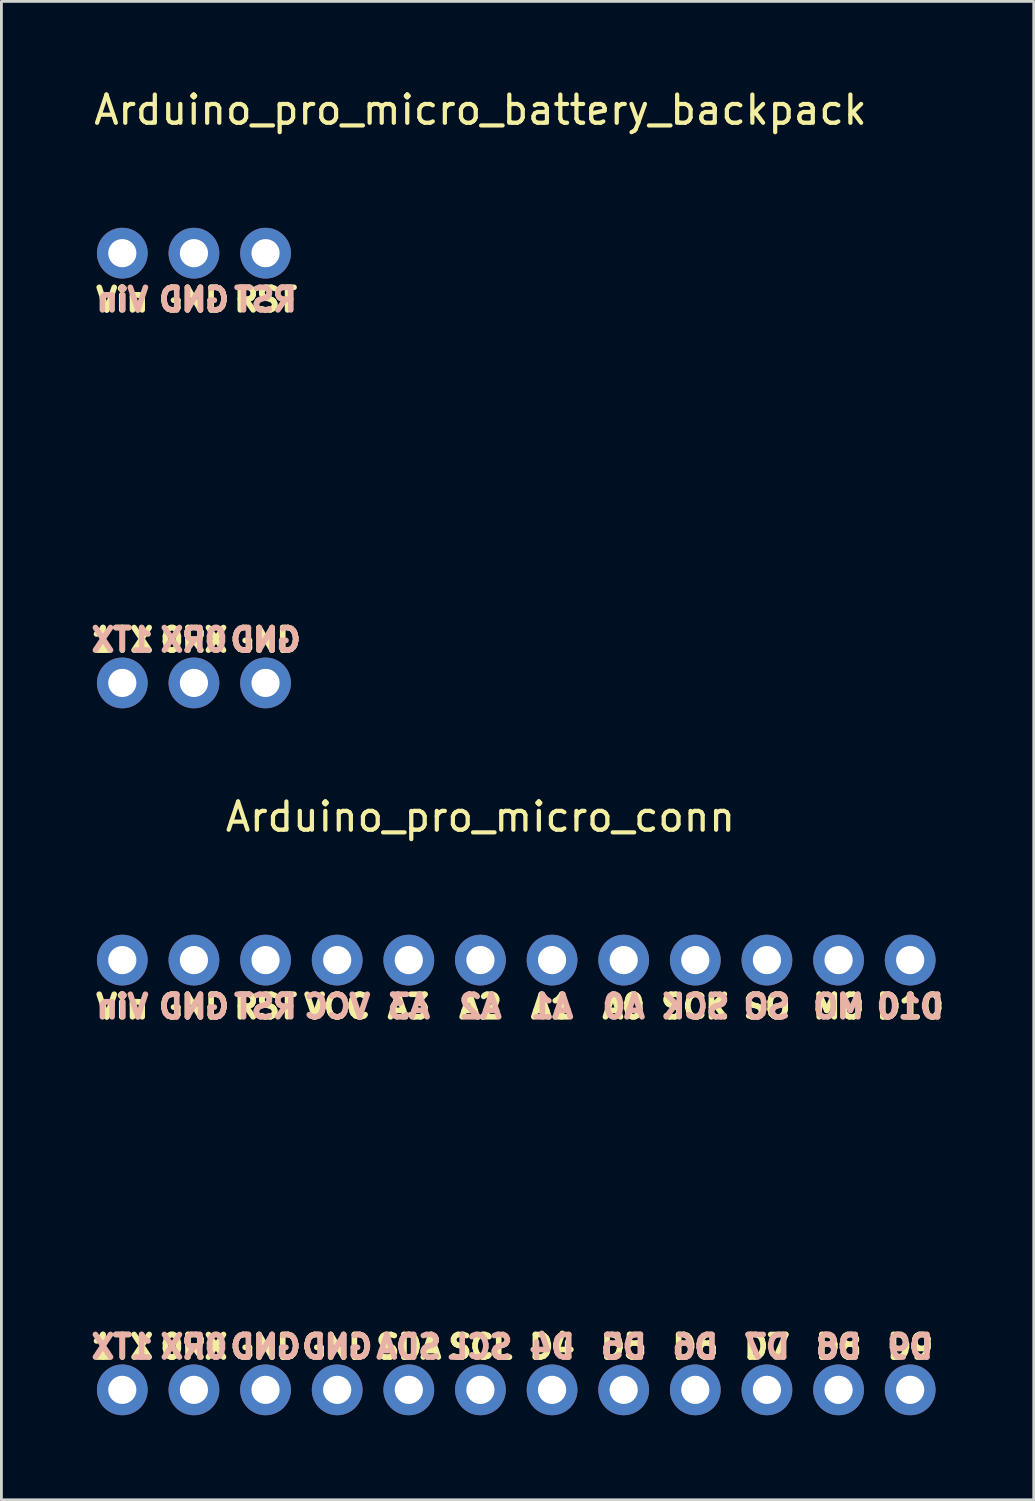
<source format=kicad_pcb>
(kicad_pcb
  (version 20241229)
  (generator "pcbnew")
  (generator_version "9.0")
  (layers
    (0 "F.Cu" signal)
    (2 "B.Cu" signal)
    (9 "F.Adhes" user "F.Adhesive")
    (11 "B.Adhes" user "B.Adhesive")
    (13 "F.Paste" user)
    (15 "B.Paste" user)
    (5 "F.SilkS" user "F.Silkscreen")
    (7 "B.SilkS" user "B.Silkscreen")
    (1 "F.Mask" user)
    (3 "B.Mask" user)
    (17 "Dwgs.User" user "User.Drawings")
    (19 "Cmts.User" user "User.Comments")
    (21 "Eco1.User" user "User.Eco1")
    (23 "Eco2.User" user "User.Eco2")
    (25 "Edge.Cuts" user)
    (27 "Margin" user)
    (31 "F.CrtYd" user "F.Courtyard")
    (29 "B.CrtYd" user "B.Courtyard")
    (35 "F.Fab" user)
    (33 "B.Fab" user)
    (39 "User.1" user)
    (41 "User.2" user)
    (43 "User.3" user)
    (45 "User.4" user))
  (footprint "Arduino_pro_micro_conn"
    (layer "F.Cu")
    (at 13.987 36.077)
    (property "Reference" "Arduino_pro_micro_conn" (at 0 -10.16 0) (layer "F.SilkS") (effects (font (size 1 1) (thickness 0.15))))
    (attr through_hole)
    (fp_text user "1TX" (at -12.7 8.636 0) (layer "F.SilkS") (effects (font (size 0.8 0.8) (thickness 0.2))))
    (fp_text user "D7" (at 10.16 8.636 0) (layer "F.SilkS") (effects (font (size 0.8 0.8) (thickness 0.2))))
    (fp_text user "SCK" (at 7.62 -3.429 0) (layer "F.SilkS") (effects (font (size 0.8 0.8) (thickness 0.2))))
    (fp_text user "A1" (at 2.54 -3.429 0) (layer "F.SilkS") (effects (font (size 0.8 0.8) (thickness 0.2))))
    (fp_text user "RST" (at -7.62 -3.429 0) (layer "F.SilkS") (effects (font (size 0.8 0.8) (thickness 0.2))))
    (fp_text user "SDA" (at -2.54 8.636 0) (layer "F.SilkS") (effects (font (size 0.8 0.8) (thickness 0.2))))
    (fp_text user "GND" (at -5.08 8.636 0) (layer "F.SilkS") (effects (font (size 0.8 0.8) (thickness 0.2))))
    (fp_text user "A0" (at 5.08 -3.429 0) (layer "F.SilkS") (effects (font (size 0.8 0.8) (thickness 0.2))))
    (fp_text user "A2" (at 0 -3.429 0) (layer "F.SilkS") (effects (font (size 0.8 0.8) (thickness 0.2))))
    (fp_text user "VCC" (at -5.08 -3.429 0) (layer "F.SilkS") (effects (font (size 0.8 0.8) (thickness 0.2))))
    (fp_text user "D10" (at 15.24 -3.429 0) (layer "F.SilkS") (effects (font (size 0.8 0.8) (thickness 0.2))))
    (fp_text user "SO" (at 10.16 -3.429 0) (layer "F.SilkS") (effects (font (size 0.8 0.8) (thickness 0.2))))
    (fp_text user "D6" (at 7.62 8.636 0) (layer "F.SilkS") (effects (font (size 0.8 0.8) (thickness 0.2))))
    (fp_text user "D8" (at 12.7 8.636 0) (layer "F.SilkS") (effects (font (size 0.8 0.8) (thickness 0.2))))
    (fp_text user "A3" (at -2.54 -3.429 0) (layer "F.SilkS") (effects (font (size 0.8 0.8) (thickness 0.2))))
    (fp_text user "GND" (at -10.16 -3.429 0) (layer "F.SilkS") (effects (font (size 0.8 0.8) (thickness 0.2))))
    (fp_text user "D4" (at 2.54 8.636 0) (layer "F.SilkS") (effects (font (size 0.8 0.8) (thickness 0.2))))
    (fp_text user "MO" (at 12.7 -3.429 0) (layer "F.SilkS") (effects (font (size 0.8 0.8) (thickness 0.2))))
    (fp_text user "D9" (at 15.24 8.636 0) (layer "F.SilkS") (effects (font (size 0.8 0.8) (thickness 0.2))))
    (fp_text user "SCL" (at 0 8.636 0) (layer "F.SilkS") (effects (font (size 0.8 0.8) (thickness 0.2))))
    (fp_text user "GND" (at -7.62 8.636 0) (layer "F.SilkS") (effects (font (size 0.8 0.8) (thickness 0.2))))
    (fp_text user "0RX" (at -10.16 8.636 0) (layer "F.SilkS") (effects (font (size 0.8 0.8) (thickness 0.2))))
    (fp_text user "D5" (at 5.08 8.636 0) (layer "F.SilkS") (effects (font (size 0.8 0.8) (thickness 0.2))))
    (fp_text user "Vin" (at -12.7 -3.429 0) (layer "F.SilkS") (effects (font (size 0.8 0.8) (thickness 0.2))))
    (fp_text user "VCC" (at -5.08 -3.429 0) (layer "B.SilkS") (effects (font (size 0.8 0.8) (thickness 0.2)) (justify mirror)))
    (fp_text user "A1" (at 2.54 -3.429 0) (layer "B.SilkS") (effects (font (size 0.8 0.8) (thickness 0.2)) (justify mirror)))
    (fp_text user "A0" (at 5.08 -3.429 0) (layer "B.SilkS") (effects (font (size 0.8 0.8) (thickness 0.2)) (justify mirror)))
    (fp_text user "SO" (at 10.16 -3.429 0) (layer "B.SilkS") (effects (font (size 0.8 0.8) (thickness 0.2)) (justify mirror)))
    (fp_text user "D8" (at 12.7 8.636 0) (layer "B.SilkS") (effects (font (size 0.8 0.8) (thickness 0.2)) (justify mirror)))
    (fp_text user "D7" (at 10.16 8.636 0) (layer "B.SilkS") (effects (font (size 0.8 0.8) (thickness 0.2)) (justify mirror)))
    (fp_text user "D6" (at 7.62 8.636 0) (layer "B.SilkS") (effects (font (size 0.8 0.8) (thickness 0.2)) (justify mirror)))
    (fp_text user "D5" (at 5.08 8.636 0) (layer "B.SilkS") (effects (font (size 0.8 0.8) (thickness 0.2)) (justify mirror)))
    (fp_text user "SCK" (at 7.62 -3.429 0) (layer "B.SilkS") (effects (font (size 0.8 0.8) (thickness 0.2)) (justify mirror)))
    (fp_text user "GND" (at -7.62 8.636 0) (layer "B.SilkS") (effects (font (size 0.8 0.8) (thickness 0.2)) (justify mirror)))
    (fp_text user "D10" (at 15.24 -3.429 0) (layer "B.SilkS") (effects (font (size 0.8 0.8) (thickness 0.2)) (justify mirror)))
    (fp_text user "D4" (at 2.54 8.636 0) (layer "B.SilkS") (effects (font (size 0.8 0.8) (thickness 0.2)) (justify mirror)))
    (fp_text user "0RX" (at -10.16 8.636 0) (layer "B.SilkS") (effects (font (size 0.8 0.8) (thickness 0.2)) (justify mirror)))
    (fp_text user "SDA" (at -2.54 8.636 0) (layer "B.SilkS") (effects (font (size 0.8 0.8) (thickness 0.2)) (justify mirror)))
    (fp_text user "Vin" (at -12.7 -3.429 0) (layer "B.SilkS") (effects (font (size 0.8 0.8) (thickness 0.2)) (justify mirror)))
    (fp_text user "D9" (at 15.24 8.636 0) (layer "B.SilkS") (effects (font (size 0.8 0.8) (thickness 0.2)) (justify mirror)))
    (fp_text user "A3" (at -2.54 -3.429 0) (layer "B.SilkS") (effects (font (size 0.8 0.8) (thickness 0.2)) (justify mirror)))
    (fp_text user "GND" (at -10.16 -3.429 0) (layer "B.SilkS") (effects (font (size 0.8 0.8) (thickness 0.2)) (justify mirror)))
    (fp_text user "RST" (at -7.62 -3.429 0) (layer "B.SilkS") (effects (font (size 0.8 0.8) (thickness 0.2)) (justify mirror)))
    (fp_text user "GND" (at -5.08 8.636 0) (layer "B.SilkS") (effects (font (size 0.8 0.8) (thickness 0.2)) (justify mirror)))
    (fp_text user "SCL" (at 0 8.636 0) (layer "B.SilkS") (effects (font (size 0.8 0.8) (thickness 0.2)) (justify mirror)))
    (fp_text user "A2" (at 0 -3.429 0) (layer "B.SilkS") (effects (font (size 0.8 0.8) (thickness 0.2)) (justify mirror)))
    (fp_text user "1TX" (at -12.7 8.636 0) (layer "B.SilkS") (effects (font (size 0.8 0.8) (thickness 0.2)) (justify mirror)))
    (fp_text user "MO" (at 12.7 -3.429 0) (layer "B.SilkS") (effects (font (size 0.8 0.8) (thickness 0.2)) (justify mirror)))
    (pad "1" thru_hole circle (at -12.7 10.16) (size 1.8 1.8) (drill 1) (layers "*.Cu" "*.Mask"))
    (pad "2" thru_hole circle (at -10.16 10.16) (size 1.8 1.8) (drill 1) (layers "*.Cu" "*.Mask"))
    (pad "3" thru_hole circle (at -7.62 10.16) (size 1.8 1.8) (drill 1) (layers "*.Cu" "*.Mask"))
    (pad "4" thru_hole circle (at -5.08 10.16) (size 1.8 1.8) (drill 1) (layers "*.Cu" "*.Mask"))
    (pad "5" thru_hole circle (at -2.54 10.16) (size 1.8 1.8) (drill 1) (layers "*.Cu" "*.Mask"))
    (pad "6" thru_hole circle (at 0 10.16) (size 1.8 1.8) (drill 1) (layers "*.Cu" "*.Mask"))
    (pad "7" thru_hole circle (at 2.54 10.16) (size 1.8 1.8) (drill 1) (layers "*.Cu" "*.Mask"))
    (pad "8" thru_hole circle (at 5.08 10.16) (size 1.8 1.8) (drill 1) (layers "*.Cu" "*.Mask"))
    (pad "9" thru_hole circle (at 7.62 10.16) (size 1.8 1.8) (drill 1) (layers "*.Cu" "*.Mask"))
    (pad "10" thru_hole circle (at 10.16 10.16) (size 1.8 1.8) (drill 1) (layers "*.Cu" "*.Mask"))
    (pad "11" thru_hole circle (at 12.7 10.16) (size 1.8 1.8) (drill 1) (layers "*.Cu" "*.Mask"))
    (pad "12" thru_hole circle (at 15.24 10.16) (size 1.8 1.8) (drill 1) (layers "*.Cu" "*.Mask"))
    (pad "13" thru_hole circle (at 15.24 -5.08) (size 1.8 1.8) (drill 1) (layers "*.Cu" "*.Mask"))
    (pad "14" thru_hole circle (at 12.7 -5.08) (size 1.8 1.8) (drill 1) (layers "*.Cu" "*.Mask"))
    (pad "15" thru_hole circle (at 10.16 -5.08) (size 1.8 1.8) (drill 1) (layers "*.Cu" "*.Mask"))
    (pad "16" thru_hole circle (at 7.62 -5.08) (size 1.8 1.8) (drill 1) (layers "*.Cu" "*.Mask"))
    (pad "17" thru_hole circle (at 5.08 -5.08) (size 1.8 1.8) (drill 1) (layers "*.Cu" "*.Mask"))
    (pad "18" thru_hole circle (at 2.54 -5.08) (size 1.8 1.8) (drill 1) (layers "*.Cu" "*.Mask"))
    (pad "19" thru_hole circle (at 0 -5.08) (size 1.8 1.8) (drill 1) (layers "*.Cu" "*.Mask"))
    (pad "20" thru_hole circle (at -2.54 -5.08) (size 1.8 1.8) (drill 1) (layers "*.Cu" "*.Mask"))
    (pad "21" thru_hole circle (at -5.08 -5.08) (size 1.8 1.8) (drill 1) (layers "*.Cu" "*.Mask"))
    (pad "22" thru_hole circle (at -7.62 -5.08) (size 1.8 1.8) (drill 1) (layers "*.Cu" "*.Mask"))
    (pad "23" thru_hole circle (at -10.16 -5.08) (size 1.8 1.8) (drill 1) (layers "*.Cu" "*.Mask"))
    (pad "24" thru_hole circle (at -12.7 -5.08) (size 1.8 1.8) (drill 1) (layers "*.Cu" "*.Mask")))
  (footprint "Arduino_pro_micro_battery_backpack"
    (layer "F.Cu")
    (at 13.987 11.008)
    (property "Reference" "Arduino_pro_micro_battery_backpack" (at 0 -10.16 0) (layer "F.SilkS") (effects (font (size 1 1) (thickness 0.15))))
    (attr through_hole)
    (fp_text user "GND" (at -10.16 -3.429 0) (layer "F.SilkS") (effects (font (size 0.8 0.8) (thickness 0.2))))
    (fp_text user "0RX" (at -10.16 8.636 0) (layer "F.SilkS") (effects (font (size 0.8 0.8) (thickness 0.2))))
    (fp_text user "Vin" (at -12.7 -3.429 0) (layer "F.SilkS") (effects (font (size 0.8 0.8) (thickness 0.2))))
    (fp_text user "RST" (at -7.62 -3.429 0) (layer "F.SilkS") (effects (font (size 0.8 0.8) (thickness 0.2))))
    (fp_text user "GND" (at -7.62 8.636 0) (layer "F.SilkS") (effects (font (size 0.8 0.8) (thickness 0.2))))
    (fp_text user "1TX" (at -12.7 8.636 0) (layer "F.SilkS") (effects (font (size 0.8 0.8) (thickness 0.2))))
    (fp_text user "0RX" (at -10.16 8.636 0) (layer "B.SilkS") (effects (font (size 0.8 0.8) (thickness 0.2)) (justify mirror)))
    (fp_text user "GND" (at -10.16 -3.429 0) (layer "B.SilkS") (effects (font (size 0.8 0.8) (thickness 0.2)) (justify mirror)))
    (fp_text user "1TX" (at -12.7 8.636 0) (layer "B.SilkS") (effects (font (size 0.8 0.8) (thickness 0.2)) (justify mirror)))
    (fp_text user "GND" (at -7.62 8.636 0) (layer "B.SilkS") (effects (font (size 0.8 0.8) (thickness 0.2)) (justify mirror)))
    (fp_text user "Vin" (at -12.7 -3.429 0) (layer "B.SilkS") (effects (font (size 0.8 0.8) (thickness 0.2)) (justify mirror)))
    (fp_text user "RST" (at -7.62 -3.429 0) (layer "B.SilkS") (effects (font (size 0.8 0.8) (thickness 0.2)) (justify mirror)))
    (pad "1" thru_hole circle (at -12.7 10.16) (size 1.8 1.8) (drill 1) (layers "*.Cu" "*.Mask"))
    (pad "2" thru_hole circle (at -10.16 10.16) (size 1.8 1.8) (drill 1) (layers "*.Cu" "*.Mask"))
    (pad "3" thru_hole circle (at -7.62 10.16) (size 1.8 1.8) (drill 1) (layers "*.Cu" "*.Mask"))
    (pad "22" thru_hole circle (at -7.62 -5.08) (size 1.8 1.8) (drill 1) (layers "*.Cu" "*.Mask"))
    (pad "23" thru_hole circle (at -10.16 -5.08) (size 1.8 1.8) (drill 1) (layers "*.Cu" "*.Mask"))
    (pad "24" thru_hole circle (at -12.7 -5.08) (size 1.8 1.8) (drill 1) (layers "*.Cu" "*.Mask")))
  (gr_rect
    (start -3 -3)
    (end 33.609 50.136)
    (stroke (width 0.1) (type default))
    (fill no)
    (layer "Edge.Cuts")))
</source>
